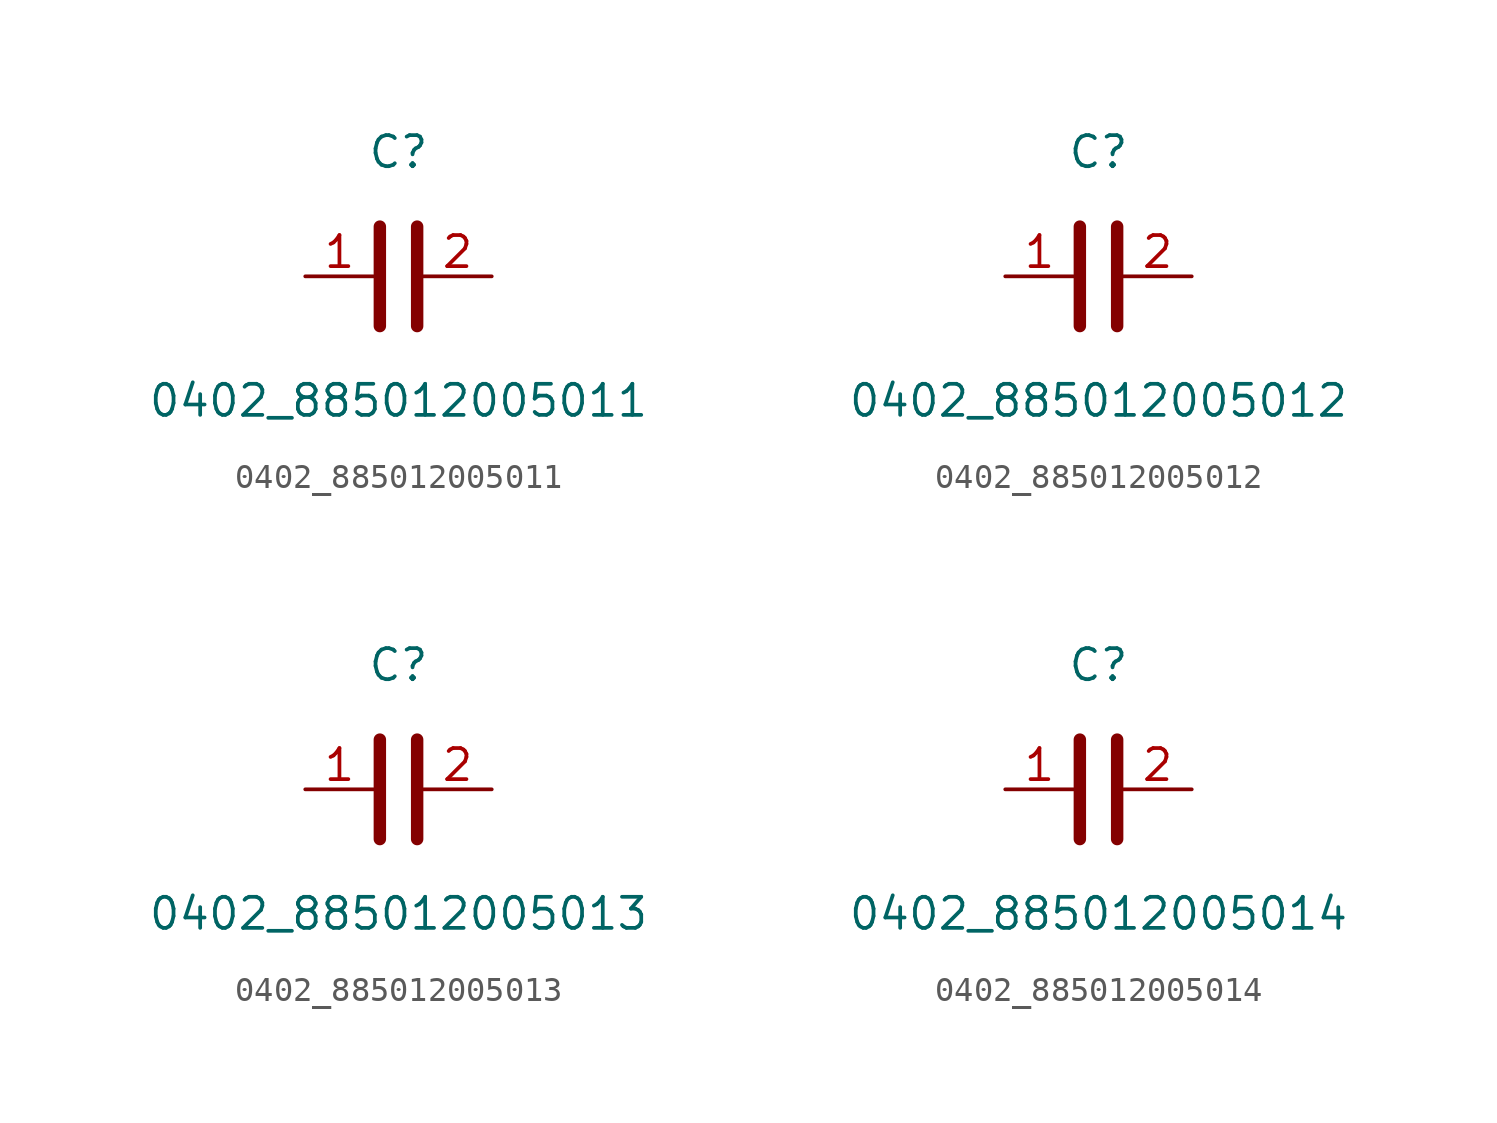
<source format=kicad_sym>
(kicad_symbol_lib
  (version 20220914)
  (generator kicad_symbol_editor)
  (symbol "0402_885012005011"
    (pin_names hide)
    (property "Reference" "C"
      (at 0 5.08 0)
      (effects (font (size 1.27 1.27))))
    (property "Value" "0402_885012005011"
      (at 0 -5.08 0)
      (effects (font (size 1.27 1.27))))
    (symbol "0402_885012005011_0_1"
      (polyline (pts (xy -0.762 -2.032) (xy -0.762 2.032)) (stroke (width 0.508) (type default)) (fill (type none)))
      (polyline (pts (xy 0.762 -2.032) (xy 0.762 2.032)) (stroke (width 0.508) (type default)) (fill (type none))))
    (symbol "0402_885012005011_1_1"
      (pin passive line (at -3.81 0 0) (length 2.794) (name "1" (effects (font (size 1.27 1.27)))) (number "1" (effects (font (size 1.27 1.27)))))
      (pin passive line (at 3.81 0 180) (length 2.794) (name "2" (effects (font (size 1.27 1.27)))) (number "2" (effects (font (size 1.27 1.27)))))))
  (symbol "0402_885012005012"
    (pin_names hide)
    (property "Reference" "C"
      (at 0 5.08 0)
      (effects (font (size 1.27 1.27))))
    (property "Value" "0402_885012005012"
      (at 0 -5.08 0)
      (effects (font (size 1.27 1.27))))
    (symbol "0402_885012005012_0_1"
      (polyline (pts (xy -0.762 -2.032) (xy -0.762 2.032)) (stroke (width 0.508) (type default)) (fill (type none)))
      (polyline (pts (xy 0.762 -2.032) (xy 0.762 2.032)) (stroke (width 0.508) (type default)) (fill (type none))))
    (symbol "0402_885012005012_1_1"
      (pin passive line (at -3.81 0 0) (length 2.794) (name "1" (effects (font (size 1.27 1.27)))) (number "1" (effects (font (size 1.27 1.27)))))
      (pin passive line (at 3.81 0 180) (length 2.794) (name "2" (effects (font (size 1.27 1.27)))) (number "2" (effects (font (size 1.27 1.27)))))))
  (symbol "0402_885012005013"
    (pin_names hide)
    (property "Reference" "C"
      (at 0 5.08 0)
      (effects (font (size 1.27 1.27))))
    (property "Value" "0402_885012005013"
      (at 0 -5.08 0)
      (effects (font (size 1.27 1.27))))
    (symbol "0402_885012005013_0_1"
      (polyline (pts (xy -0.762 -2.032) (xy -0.762 2.032)) (stroke (width 0.508) (type default)) (fill (type none)))
      (polyline (pts (xy 0.762 -2.032) (xy 0.762 2.032)) (stroke (width 0.508) (type default)) (fill (type none))))
    (symbol "0402_885012005013_1_1"
      (pin passive line (at -3.81 0 0) (length 2.794) (name "1" (effects (font (size 1.27 1.27)))) (number "1" (effects (font (size 1.27 1.27)))))
      (pin passive line (at 3.81 0 180) (length 2.794) (name "2" (effects (font (size 1.27 1.27)))) (number "2" (effects (font (size 1.27 1.27)))))))
  (symbol "0402_885012005014"
    (pin_names hide)
    (property "Reference" "C"
      (at 0 5.08 0)
      (effects (font (size 1.27 1.27))))
    (property "Value" "0402_885012005014"
      (at 0 -5.08 0)
      (effects (font (size 1.27 1.27))))
    (symbol "0402_885012005014_0_1"
      (polyline (pts (xy -0.762 -2.032) (xy -0.762 2.032)) (stroke (width 0.508) (type default)) (fill (type none)))
      (polyline (pts (xy 0.762 -2.032) (xy 0.762 2.032)) (stroke (width 0.508) (type default)) (fill (type none))))
    (symbol "0402_885012005014_1_1"
      (pin passive line (at -3.81 0 0) (length 2.794) (name "1" (effects (font (size 1.27 1.27)))) (number "1" (effects (font (size 1.27 1.27)))))
      (pin passive line (at 3.81 0 180) (length 2.794) (name "2" (effects (font (size 1.27 1.27)))) (number "2" (effects (font (size 1.27 1.27))))))))
</source>
